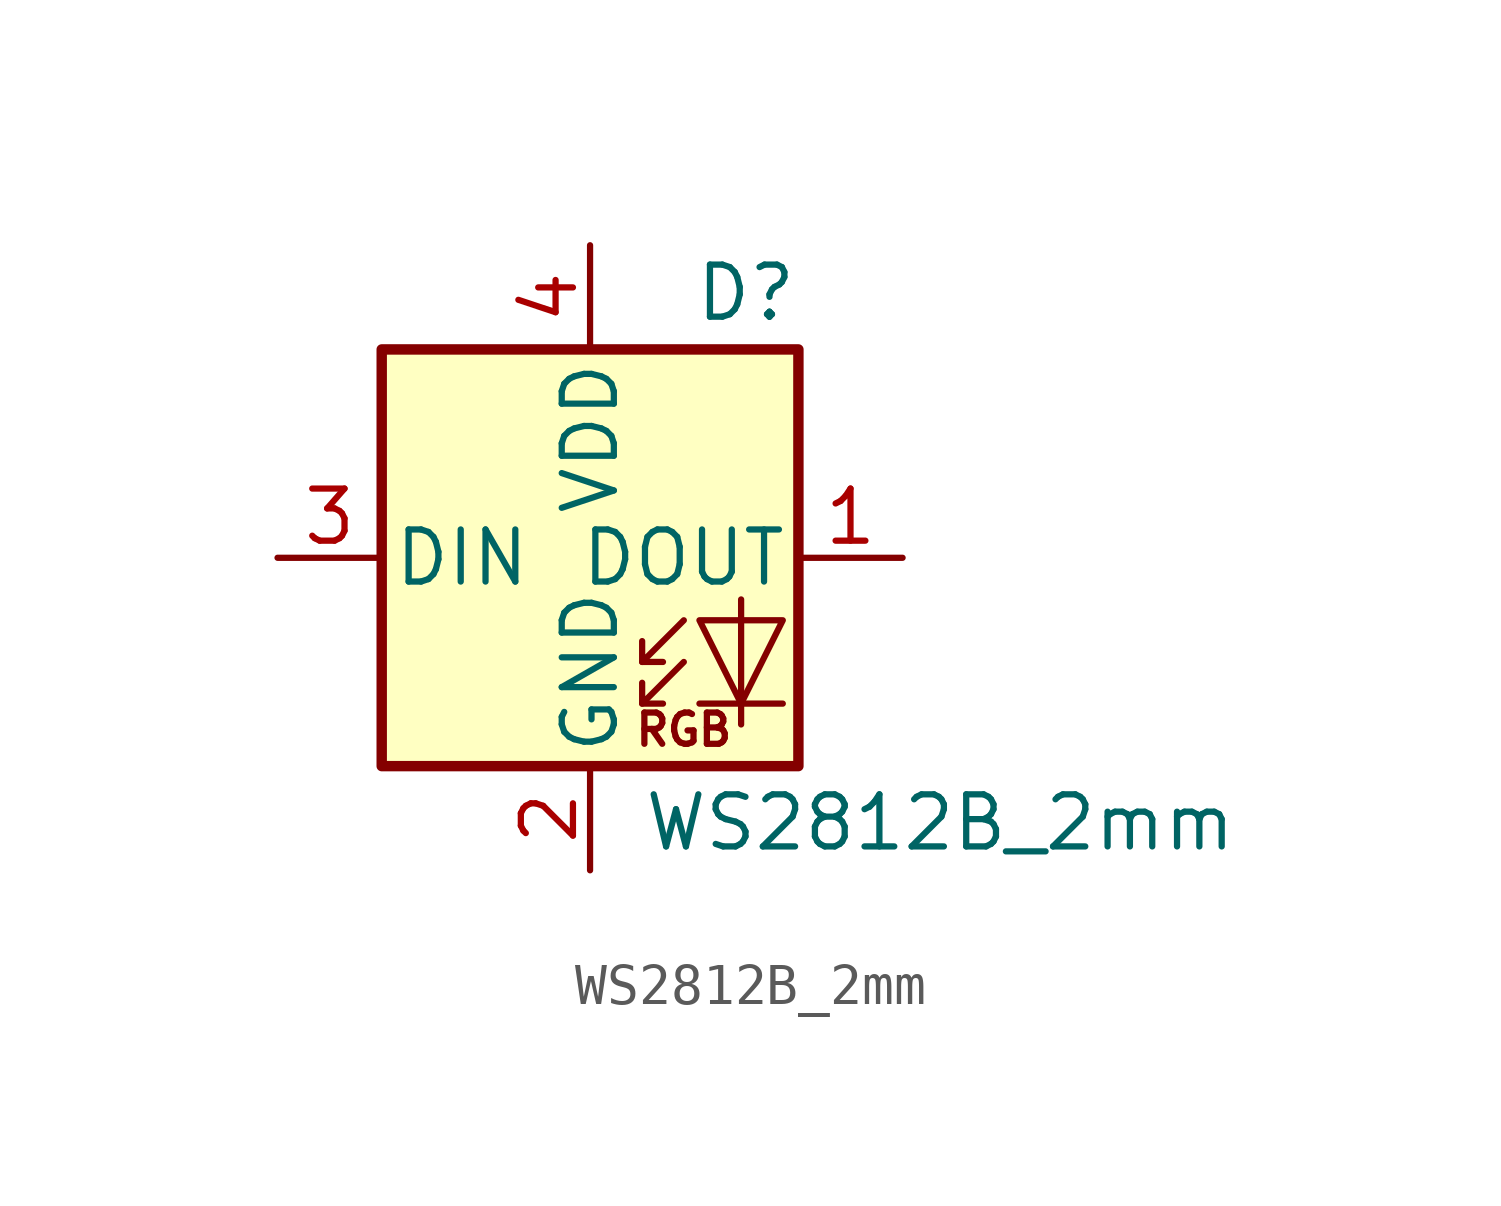
<source format=kicad_sym>
(kicad_symbol_lib
  (version 20211014)
  (generator kicad_symbol_editor)
  (symbol "WS2812B_2mm"
    (pin_names
      (offset 0.254))
    (property "Reference" "D"
      (at 5.08 5.715 0)
      (effects (font (size 1.27 1.27)) (justify right bottom)))
    (property "Value" "WS2812B_2mm"
      (at 1.27 -5.715 0)
      (effects (font (size 1.27 1.27)) (justify left top)))
    (symbol "WS2812B_2mm_0_0"
      (text "RGB" (at 2.286 -4.191 0) (effects (font (size 0.762 0.762)))))
    (symbol "WS2812B_2mm_0_1"
      (polyline (pts (xy 1.27 -3.556) (xy 1.778 -3.556)) (stroke (width 0) (type default) (color 0 0 0 0)) (fill (type none)))
      (polyline (pts (xy 1.27 -2.54) (xy 1.778 -2.54)) (stroke (width 0) (type default) (color 0 0 0 0)) (fill (type none)))
      (polyline (pts (xy 4.699 -3.556) (xy 2.667 -3.556)) (stroke (width 0) (type default) (color 0 0 0 0)) (fill (type none)))
      (polyline (pts (xy 2.286 -2.54) (xy 1.27 -3.556) (xy 1.27 -3.048)) (stroke (width 0) (type default) (color 0 0 0 0)) (fill (type none)))
      (polyline (pts (xy 2.286 -1.524) (xy 1.27 -2.54) (xy 1.27 -2.032)) (stroke (width 0) (type default) (color 0 0 0 0)) (fill (type none)))
      (polyline (pts (xy 3.683 -1.016) (xy 3.683 -3.556) (xy 3.683 -4.064)) (stroke (width 0) (type default) (color 0 0 0 0)) (fill (type none)))
      (polyline (pts (xy 4.699 -1.524) (xy 2.667 -1.524) (xy 3.683 -3.556) (xy 4.699 -1.524)) (stroke (width 0) (type default) (color 0 0 0 0)) (fill (type none)))
      (rectangle (start 5.08 5.08) (end -5.08 -5.08) (stroke (width 0.254) (type default) (color 0 0 0 0)) (fill (type background))))
    (symbol "WS2812B_2mm_1_1"
      (pin output line (at 7.62 0 180) (length 2.54) (name "DOUT" (effects (font (size 1.27 1.27)))) (number "1" (effects (font (size 1.27 1.27)))))
      (pin power_in line (at 0 -7.62 90) (length 2.54) (name "GND" (effects (font (size 1.27 1.27)))) (number "2" (effects (font (size 1.27 1.27)))))
      (pin input line (at -7.62 0 0) (length 2.54) (name "DIN" (effects (font (size 1.27 1.27)))) (number "3" (effects (font (size 1.27 1.27)))))
      (pin power_in line (at 0 7.62 270) (length 2.54) (name "VDD" (effects (font (size 1.27 1.27)))) (number "4" (effects (font (size 1.27 1.27))))))))
</source>
